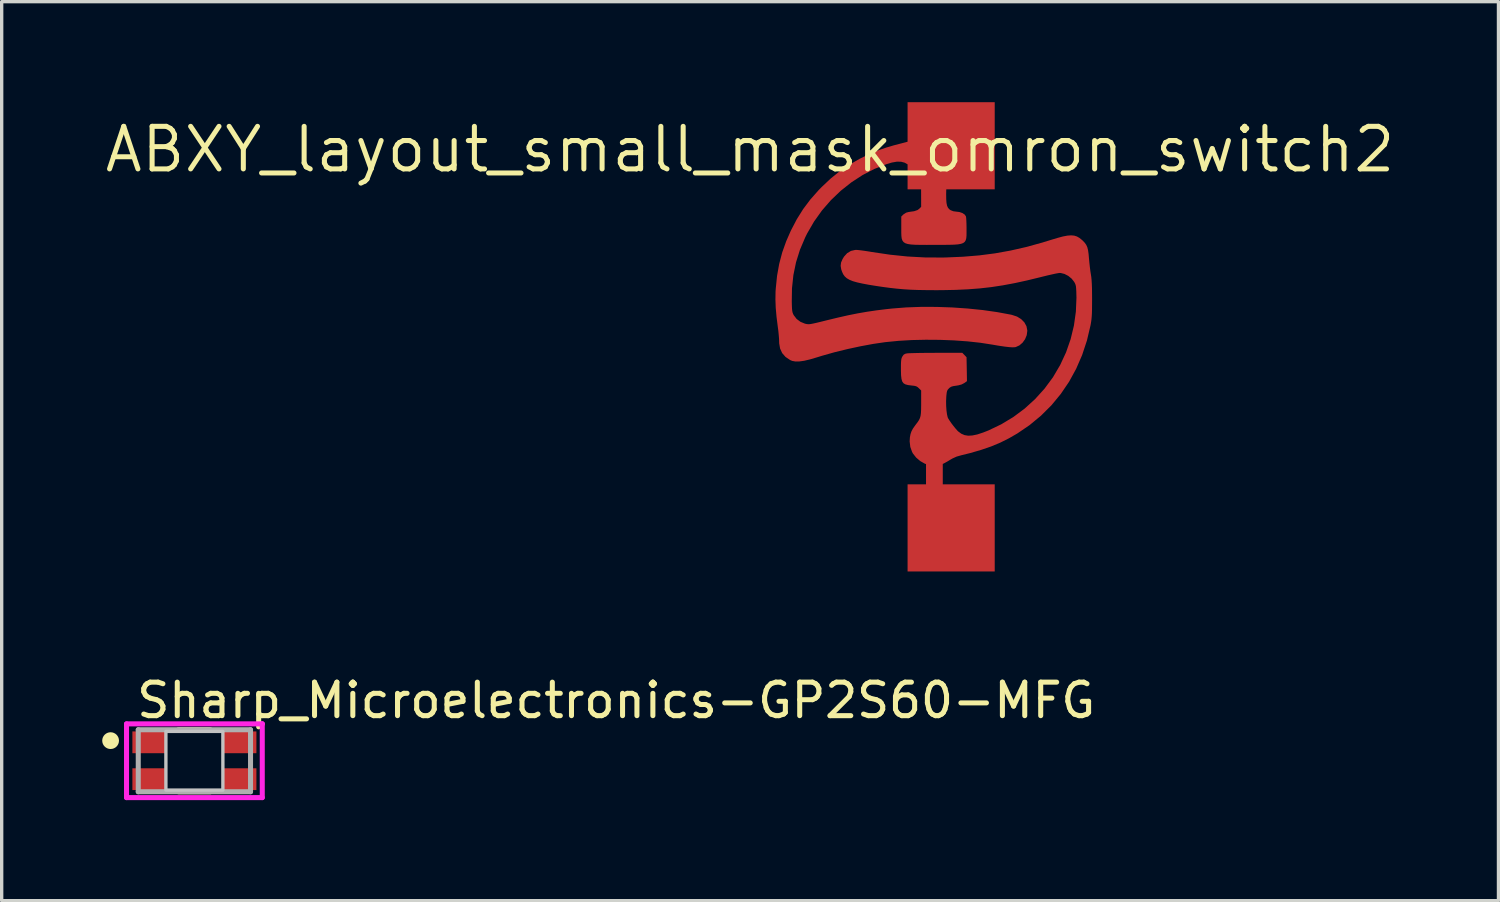
<source format=kicad_pcb>
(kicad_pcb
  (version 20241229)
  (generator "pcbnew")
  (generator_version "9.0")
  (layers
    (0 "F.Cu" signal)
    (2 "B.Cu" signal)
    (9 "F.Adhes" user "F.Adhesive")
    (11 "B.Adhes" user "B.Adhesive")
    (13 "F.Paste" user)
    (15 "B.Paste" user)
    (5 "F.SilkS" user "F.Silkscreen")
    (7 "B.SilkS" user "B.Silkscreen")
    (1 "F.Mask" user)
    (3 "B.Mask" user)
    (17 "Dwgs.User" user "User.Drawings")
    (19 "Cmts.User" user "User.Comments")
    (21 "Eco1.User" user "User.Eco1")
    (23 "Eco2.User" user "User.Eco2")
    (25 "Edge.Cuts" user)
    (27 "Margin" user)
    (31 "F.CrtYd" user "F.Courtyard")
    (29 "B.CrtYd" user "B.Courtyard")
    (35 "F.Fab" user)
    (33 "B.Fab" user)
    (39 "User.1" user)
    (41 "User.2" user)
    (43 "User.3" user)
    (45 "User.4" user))
  (footprint "ABXY_layout_small_mask_omron_switch2"
    (layer "F.Cu")
    (at 24.829 5.86)
    (property "Reference" "ABXY_layout_small_mask_omron_switch2" (at -5.5 -4.45 0) (layer "F.SilkS") (effects (font (size 1.27 1.27) (thickness 0.15))))
    (attr through_hole)
    (fp_poly (pts (xy 0.382 -3.99) (xy 0.41 -3.987) (xy 0.813 -3.923) (xy 1.202 -3.82) (xy 1.575 -3.681) (xy 1.93 -3.507) (xy 2.264 -3.3) (xy 2.575 -3.063) (xy 2.861 -2.798) (xy 3.121 -2.505) (xy 3.351 -2.189) (xy 3.551 -1.849) (xy 3.717 -1.489) (xy 3.848 -1.11) (xy 3.942 -0.715) (xy 3.95 -0.668) (xy 3.998 -0.267) (xy 4.005 0.134) (xy 3.971 0.532) (xy 3.898 0.924) (xy 3.787 1.306) (xy 3.639 1.675) (xy 3.454 2.029) (xy 3.234 2.364) (xy 2.98 2.678) (xy 2.813 2.852) (xy 2.695 2.967) (xy 2.597 3.059) (xy 2.509 3.134) (xy 2.423 3.202) (xy 2.328 3.27) (xy 2.217 3.345) (xy 2.213 3.347) (xy 1.882 3.543) (xy 1.534 3.706) (xy 1.175 3.836) (xy 0.813 3.93) (xy 0.452 3.985) (xy 0.372 3.991) (xy 0.139 4.004) (xy -0.083 4.009) (xy -0.287 4.005) (xy -0.461 3.994) (xy -0.507 3.988) (xy -0.588 3.976) (xy -0.695 3.955) (xy -0.814 3.93) (xy -0.914 3.907) (xy -1.313 3.789) (xy -1.692 3.635) (xy -2.051 3.446) (xy -2.386 3.223) (xy -2.696 2.969) (xy -2.979 2.684) (xy -3.232 2.371) (xy -3.454 2.031) (xy -3.6 1.758) (xy -3.76 1.382) (xy -3.88 0.999) (xy -3.96 0.612) (xy -4.001 0.224) (xy -4.004 -0.162) (xy -3.97 -0.545) (xy -3.9 -0.921) (xy -3.794 -1.288) (xy -3.654 -1.644) (xy -3.479 -1.985) (xy -3.272 -2.309) (xy -3.033 -2.614) (xy -2.763 -2.898) (xy -2.462 -3.156) (xy -2.132 -3.388) (xy -1.847 -3.553) (xy -1.501 -3.712) (xy -1.136 -3.838) (xy -0.758 -3.93) (xy -0.375 -3.987) (xy 0.008 -4.008) (xy 0.382 -3.99)) (stroke (width 0.01) (type solid)) (fill yes) (layer "F.Mask"))
    (pad "1" smd custom (at 0 -4.25) (size 1.4 1.4) (layers "F.Cu" "F.Mask" "F.Paste") (options (anchor circle)) (primitives (gr_poly (pts (xy 0.202 -0.691) (xy 0.356 -0.622) (xy 0.492 -0.517) (xy 0.512 -0.495) (xy 0.596 -0.394) (xy 0.652 -0.297) (xy 0.685 -0.19) (xy 0.699 -0.061) (xy 0.7 0.007) (xy 0.698 0.108) (xy 0.692 0.179) (xy 0.679 0.235) (xy 0.657 0.289) (xy 0.644 0.315) (xy 0.597 0.392) (xy 0.538 0.478) (xy 0.5 0.527) (xy 0.444 0.603) (xy 0.403 0.683) (xy 0.374 0.775) (xy 0.357 0.887) (xy 0.348 1.027) (xy 0.346 1.134) (xy 0.348 1.282) (xy 0.356 1.394) (xy 0.373 1.478) (xy 0.401 1.54) (xy 0.44 1.586) (xy 0.482 1.616) (xy 0.564 1.648) (xy 0.647 1.659) (xy 0.746 1.671) (xy 0.834 1.701) (xy 0.901 1.746) (xy 0.937 1.799) (xy 0.937 1.8) (xy 0.943 1.842) (xy 0.948 1.917) (xy 0.952 2.016) (xy 0.954 2.128) (xy 0.954 2.167) (xy 0.954 2.278) (xy 0.953 2.371) (xy 0.946 2.447) (xy 0.93 2.506) (xy 0.902 2.552) (xy 0.857 2.587) (xy 0.792 2.61) (xy 0.704 2.626) (xy 0.588 2.635) (xy 0.442 2.639) (xy 0.261 2.641) (xy 0.042 2.641) (xy 0.001 2.641) (xy -0.228 2.642) (xy -0.419 2.641) (xy -0.575 2.638) (xy -0.699 2.63) (xy -0.795 2.615) (xy -0.867 2.592) (xy -0.917 2.558) (xy -0.951 2.512) (xy -0.971 2.451) (xy -0.98 2.375) (xy -0.983 2.28) (xy -0.983 2.166) (xy -0.983 2.119) (xy -0.983 1.803) (xy -0.924 1.744) (xy -0.841 1.69) (xy -0.775 1.672) (xy -0.692 1.659) (xy -0.606 1.647) (xy -0.598 1.645) (xy -0.501 1.612) (xy -0.449 1.573) (xy -0.39 1.514) (xy -0.391 1.136) (xy -0.392 0.974) (xy -0.399 0.846) (xy -0.413 0.742) (xy -0.439 0.656) (xy -0.479 0.577) (xy -0.536 0.498) (xy -0.614 0.409) (xy -0.682 0.338) (xy -0.782 0.248) (xy -0.885 0.189) (xy -0.996 0.16) (xy -1.123 0.159) (xy -1.271 0.185) (xy -1.422 0.23) (xy -1.79 0.375) (xy -2.144 0.558) (xy -2.48 0.777) (xy -2.797 1.028) (xy -3.091 1.309) (xy -3.358 1.616) (xy -3.595 1.948) (xy -3.8 2.302) (xy -3.859 2.421) (xy -4.016 2.79) (xy -4.133 3.164) (xy -4.212 3.547) (xy -4.254 3.944) (xy -4.26 4.339) (xy -4.257 4.463) (xy -4.253 4.554) (xy -4.246 4.619) (xy -4.236 4.667) (xy -4.221 4.707) (xy -4.201 4.747) (xy -4.2 4.748) (xy -4.114 4.86) (xy -3.999 4.946) (xy -3.866 5.001) (xy -3.85 5.005) (xy -3.812 5.013) (xy -3.777 5.017) (xy -3.738 5.018) (xy -3.691 5.013) (xy -3.628 5.001) (xy -3.545 4.983) (xy -3.435 4.957) (xy -3.293 4.922) (xy -3.209 4.901) (xy -2.874 4.82) (xy -2.569 4.751) (xy -2.283 4.694) (xy -2.006 4.646) (xy -1.727 4.605) (xy -1.436 4.569) (xy -1.258 4.55) (xy -0.839 4.517) (xy -0.395 4.501) (xy 0.064 4.502) (xy 0.53 4.518) (xy 0.992 4.55) (xy 1.443 4.596) (xy 1.872 4.657) (xy 2.272 4.731) (xy 2.315 4.741) (xy 2.463 4.79) (xy 2.585 4.865) (xy 2.68 4.961) (xy 2.742 5.074) (xy 2.767 5.2) (xy 2.767 5.212) (xy 2.75 5.339) (xy 2.701 5.458) (xy 2.627 5.561) (xy 2.534 5.641) (xy 2.428 5.689) (xy 2.407 5.694) (xy 2.337 5.698) (xy 2.231 5.692) (xy 2.088 5.675) (xy 1.906 5.648) (xy 1.726 5.617) (xy 1.373 5.562) (xy 0.989 5.52) (xy 0.583 5.491) (xy 0.164 5.475) (xy -0.258 5.472) (xy -0.674 5.481) (xy -1.074 5.505) (xy -1.45 5.542) (xy -1.47 5.544) (xy -1.824 5.596) (xy -2.203 5.666) (xy -2.593 5.75) (xy -2.981 5.845) (xy -3.353 5.95) (xy -3.512 5.999) (xy -3.715 6.059) (xy -3.885 6.099) (xy -4.027 6.119) (xy -4.143 6.121) (xy -4.239 6.104) (xy -4.302 6.078) (xy -4.438 5.986) (xy -4.537 5.873) (xy -4.599 5.738) (xy -4.626 5.582) (xy -4.627 5.533) (xy -4.63 5.448) (xy -4.639 5.337) (xy -4.651 5.213) (xy -4.667 5.092) (xy -4.705 4.792) (xy -4.729 4.523) (xy -4.738 4.274) (xy -4.734 4.038) (xy -4.728 3.95) (xy -4.689 3.568) (xy -4.625 3.212) (xy -4.535 2.871) (xy -4.415 2.535) (xy -4.276 2.219) (xy -4.101 1.884) (xy -3.91 1.579) (xy -3.695 1.293) (xy -3.448 1.014) (xy -3.353 0.917) (xy -3.089 0.669) (xy -2.82 0.452) (xy -2.538 0.26) (xy -2.23 0.084) (xy -2.052 -0.005) (xy -1.846 -0.099) (xy -1.644 -0.181) (xy -1.433 -0.253) (xy -1.202 -0.321) (xy -0.993 -0.375) (xy -0.836 -0.416) (xy -0.715 -0.453) (xy -0.623 -0.487) (xy -0.556 -0.521) (xy -0.549 -0.526) (xy -0.436 -0.595) (xy -0.349 -0.644) (xy -0.277 -0.677) (xy -0.213 -0.698) (xy -0.145 -0.712) (xy -0.144 -0.713) (xy 0.034 -0.722)) (width 0.01) (fill yes)) (gr_rect (start -0.8 -1.61) (end 1.8 0.99) (width 0) (fill yes))))
    (pad "2" smd custom (at 0 4.25) (size 1.4 1.4) (layers "F.Cu" "F.Mask" "F.Paste") (options (anchor circle)) (primitives (gr_line (start 0 0) (end 0 2.45) (width 0.5)) (gr_rect (start -0.8 1.29) (end 1.8 3.89) (width 0) (fill yes)) (gr_poly (pts (xy 4.171 -6.125) (xy 4.252 -6.099) (xy 4.327 -6.056) (xy 4.401 -5.996) (xy 4.422 -5.977) (xy 4.482 -5.914) (xy 4.526 -5.852) (xy 4.558 -5.781) (xy 4.58 -5.693) (xy 4.596 -5.578) (xy 4.606 -5.462) (xy 4.618 -5.333) (xy 4.633 -5.196) (xy 4.649 -5.069) (xy 4.663 -4.98) (xy 4.676 -4.897) (xy 4.685 -4.804) (xy 4.692 -4.694) (xy 4.697 -4.56) (xy 4.699 -4.396) (xy 4.7 -4.238) (xy 4.699 -4.063) (xy 4.698 -3.923) (xy 4.695 -3.809) (xy 4.689 -3.715) (xy 4.682 -3.633) (xy 4.671 -3.555) (xy 4.657 -3.473) (xy 4.653 -3.452) (xy 4.546 -3) (xy 4.403 -2.568) (xy 4.225 -2.158) (xy 4.013 -1.771) (xy 3.767 -1.409) (xy 3.489 -1.072) (xy 3.178 -0.762) (xy 2.837 -0.48) (xy 2.475 -0.233) (xy 2.222 -0.087) (xy 1.964 0.042) (xy 1.691 0.156) (xy 1.397 0.257) (xy 1.075 0.351) (xy 0.808 0.417) (xy 0.663 0.458) (xy 0.537 0.515) (xy 0.466 0.556) (xy 0.385 0.605) (xy 0.309 0.647) (xy 0.251 0.677) (xy 0.242 0.681) (xy 0.136 0.71) (xy 0.012 0.723) (xy -0.111 0.719) (xy -0.138 0.715) (xy -0.281 0.671) (xy -0.419 0.593) (xy -0.541 0.489) (xy -0.637 0.367) (xy -0.661 0.322) (xy -0.714 0.173) (xy -0.733 0.008) (xy -0.726 -0.109) (xy -0.708 -0.205) (xy -0.68 -0.287) (xy -0.637 -0.369) (xy -0.57 -0.464) (xy -0.546 -0.496) (xy -0.493 -0.566) (xy -0.454 -0.626) (xy -0.427 -0.684) (xy -0.408 -0.749) (xy -0.397 -0.829) (xy -0.392 -0.931) (xy -0.39 -1.063) (xy -0.39 -1.139) (xy -0.39 -1.512) (xy -0.459 -1.58) (xy -0.501 -1.617) (xy -0.543 -1.64) (xy -0.6 -1.654) (xy -0.683 -1.663) (xy -0.785 -1.676) (xy -0.862 -1.696) (xy -0.917 -1.728) (xy -0.955 -1.78) (xy -0.977 -1.855) (xy -0.989 -1.959) (xy -0.993 -2.098) (xy -0.993 -2.153) (xy -0.993 -2.275) (xy -0.99 -2.362) (xy -0.984 -2.424) (xy -0.975 -2.469) (xy -0.96 -2.505) (xy -0.95 -2.523) (xy -0.913 -2.574) (xy -0.867 -2.6) (xy -0.812 -2.612) (xy -0.77 -2.615) (xy -0.69 -2.618) (xy -0.579 -2.621) (xy -0.442 -2.624) (xy -0.285 -2.626) (xy -0.113 -2.627) (xy 0.056 -2.628) (xy 0.83 -2.629) (xy 0.892 -2.565) (xy 0.954 -2.5) (xy 0.961 -2.145) (xy 0.967 -1.79) (xy 0.885 -1.733) (xy 0.811 -1.694) (xy 0.716 -1.668) (xy 0.648 -1.657) (xy 0.56 -1.644) (xy 0.501 -1.626) (xy 0.457 -1.6) (xy 0.429 -1.574) (xy 0.397 -1.539) (xy 0.377 -1.503) (xy 0.364 -1.454) (xy 0.355 -1.38) (xy 0.35 -1.324) (xy 0.344 -1.189) (xy 0.346 -1.05) (xy 0.355 -0.919) (xy 0.37 -0.803) (xy 0.39 -0.714) (xy 0.404 -0.68) (xy 0.443 -0.616) (xy 0.499 -0.534) (xy 0.566 -0.446) (xy 0.632 -0.365) (xy 0.688 -0.302) (xy 0.708 -0.283) (xy 0.799 -0.216) (xy 0.898 -0.173) (xy 1.008 -0.155) (xy 1.134 -0.162) (xy 1.282 -0.193) (xy 1.455 -0.25) (xy 1.614 -0.312) (xy 1.996 -0.495) (xy 2.358 -0.713) (xy 2.695 -0.964) (xy 3.006 -1.247) (xy 3.288 -1.558) (xy 3.539 -1.897) (xy 3.547 -1.91) (xy 3.758 -2.269) (xy 3.933 -2.646) (xy 4.07 -3.04) (xy 4.168 -3.445) (xy 4.226 -3.858) (xy 4.244 -4.275) (xy 4.242 -4.346) (xy 4.239 -4.467) (xy 4.234 -4.555) (xy 4.228 -4.618) (xy 4.217 -4.664) (xy 4.201 -4.704) (xy 4.179 -4.745) (xy 4.176 -4.751) (xy 4.099 -4.849) (xy 3.998 -4.932) (xy 3.884 -4.991) (xy 3.77 -5.02) (xy 3.739 -5.021) (xy 3.696 -5.016) (xy 3.619 -5.002) (xy 3.514 -4.979) (xy 3.389 -4.951) (xy 3.251 -4.917) (xy 3.163 -4.895) (xy 2.764 -4.798) (xy 2.393 -4.717) (xy 2.04 -4.651) (xy 1.698 -4.599) (xy 1.355 -4.56) (xy 1.003 -4.533) (xy 0.632 -4.516) (xy 0.233 -4.508) (xy 0.044 -4.507) (xy -0.236 -4.509) (xy -0.483 -4.513) (xy -0.706 -4.521) (xy -0.914 -4.534) (xy -1.117 -4.552) (xy -1.323 -4.575) (xy -1.542 -4.604) (xy -1.724 -4.631) (xy -1.954 -4.668) (xy -2.145 -4.704) (xy -2.303 -4.739) (xy -2.43 -4.775) (xy -2.531 -4.816) (xy -2.609 -4.861) (xy -2.669 -4.914) (xy -2.715 -4.977) (xy -2.749 -5.05) (xy -2.775 -5.125) (xy -2.792 -5.227) (xy -2.78 -5.325) (xy -2.735 -5.43) (xy -2.692 -5.5) (xy -2.6 -5.602) (xy -2.488 -5.669) (xy -2.361 -5.698) (xy -2.332 -5.699) (xy -2.276 -5.695) (xy -2.188 -5.685) (xy -2.077 -5.67) (xy -1.953 -5.651) (xy -1.865 -5.636) (xy -1.325 -5.556) (xy -0.803 -5.502) (xy -0.284 -5.474) (xy 0.246 -5.471) (xy 0.34 -5.473) (xy 0.854 -5.495) (xy 1.34 -5.535) (xy 1.81 -5.596) (xy 2.272 -5.679) (xy 2.739 -5.785) (xy 3.221 -5.918) (xy 3.484 -5.999) (xy 3.677 -6.057) (xy 3.837 -6.1) (xy 3.969 -6.125) (xy 4.078 -6.133)) (width 0.01) (fill yes)))))
  (footprint "Sharp_Microelectronics-GP2S60-MFG"
    (layer "F.Cu")
    (at 2.75 19.648)
    (property "Reference" "Sharp_Microelectronics-GP2S60-MFG" (at -1.8 -1.8 0) (layer "F.SilkS") (effects (font (size 1 1) (thickness 0.15)) (justify left)))
    (attr through_hole)
    (fp_line (start -0.475 -0.925) (end 0.475 -0.925) (stroke (width 0.15) (type solid)) (layer "F.SilkS"))
    (fp_line (start -0.475 0.925) (end 0.475 0.925) (stroke (width 0.15) (type solid)) (layer "F.SilkS"))
    (fp_circle (center -2.5 -0.6) (end -2.375 -0.6) (stroke (width 0.25) (type solid)) (fill no) (layer "F.SilkS"))
    (fp_poly (pts (xy -0.85 -0.875) (xy 0.85 -0.875) (xy 0.85 0.875) (xy -0.85 0.875)) (stroke (width 0.1) (type solid)) (fill no) (layer "Dwgs.User"))
    (fp_line (start -2.025 -1.1) (end -2.025 1.1) (stroke (width 0.15) (type solid)) (layer "F.CrtYd"))
    (fp_line (start -2.025 1.1) (end 2.025 1.1) (stroke (width 0.15) (type solid)) (layer "F.CrtYd"))
    (fp_line (start 2.025 -1.1) (end -2.025 -1.1) (stroke (width 0.15) (type solid)) (layer "F.CrtYd"))
    (fp_line (start 2.025 -1.1) (end 2.025 -1.1) (stroke (width 0.15) (type solid)) (layer "F.CrtYd"))
    (fp_line (start 2.025 1.1) (end 2.025 -1.1) (stroke (width 0.15) (type solid)) (layer "F.CrtYd"))
    (fp_line (start -1.675 -0.925) (end 1.675 -0.925) (stroke (width 0.15) (type solid)) (layer "F.Fab"))
    (fp_line (start -1.675 0.925) (end -1.675 -0.925) (stroke (width 0.15) (type solid)) (layer "F.Fab"))
    (fp_line (start 1.675 -0.925) (end 1.675 0.925) (stroke (width 0.15) (type solid)) (layer "F.Fab"))
    (fp_line (start 1.675 0.925) (end -1.675 0.925) (stroke (width 0.15) (type solid)) (layer "F.Fab"))
    (pad "1" smd rect (at -1.35 -0.55) (size 1 0.65) (layers "F.Cu" "F.Mask" "F.Paste"))
    (pad "2" smd rect (at -1.35 0.55) (size 1 0.65) (layers "F.Cu" "F.Mask" "F.Paste"))
    (pad "3" smd rect (at 1.35 0.55) (size 1 0.65) (layers "F.Cu" "F.Mask" "F.Paste"))
    (pad "4" smd rect (at 1.35 -0.55) (size 1 0.65) (layers "F.Cu" "F.Mask" "F.Paste")))
  (gr_rect
    (start -3 -3)
    (end 41.659 23.823)
    (stroke (width 0.1) (type default))
    (fill no)
    (layer "Edge.Cuts")))
</source>
